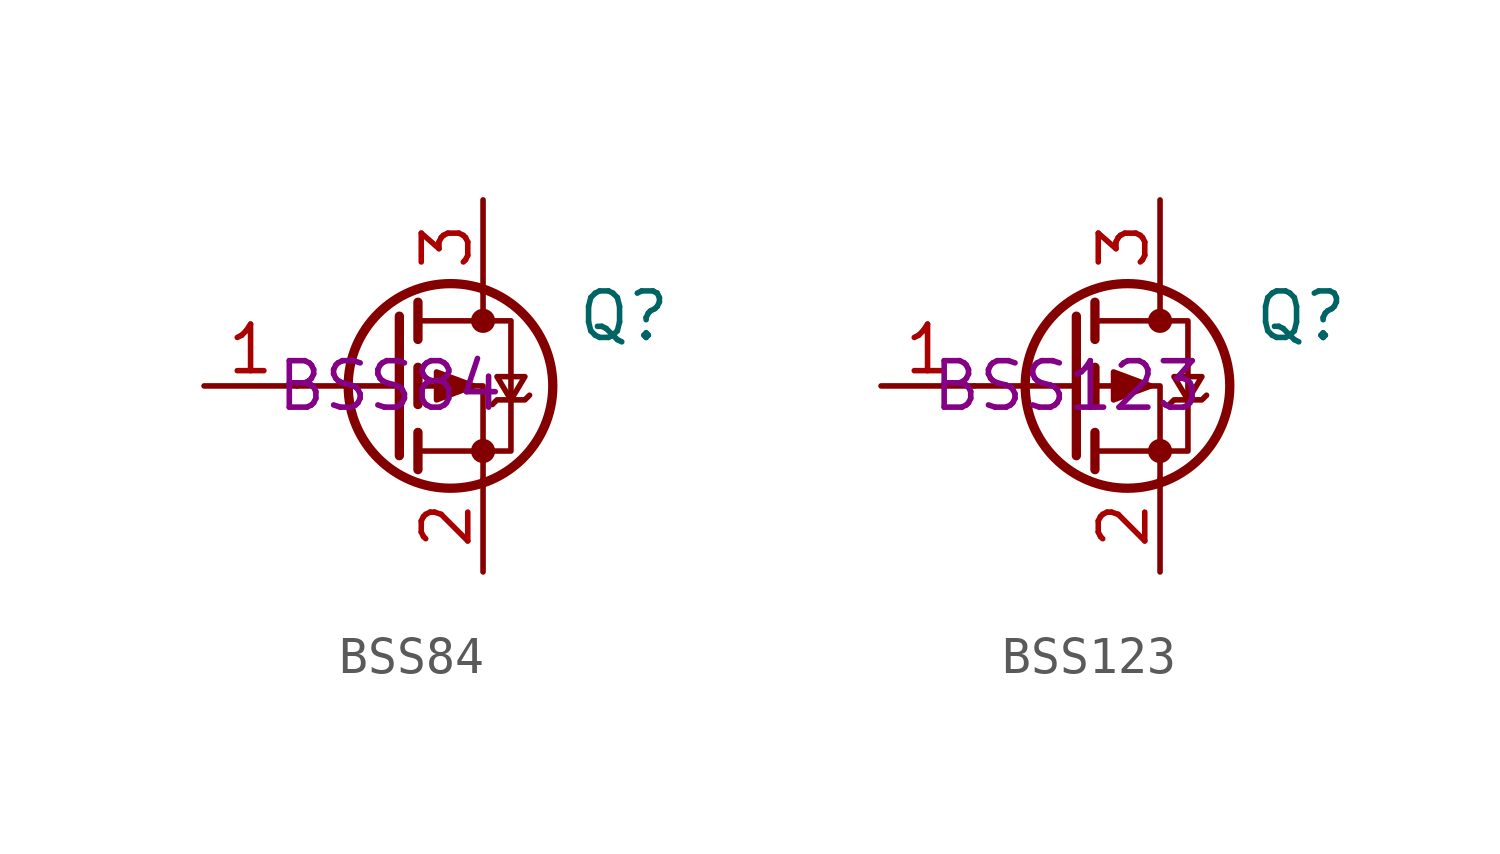
<source format=kicad_sym>
(kicad_symbol_lib
  (version 20220914)
  (generator kicad_symbol_editor)
  (symbol "BSS84"
    (pin_names hide)
    (property "Reference" "Q"
      (at 5.08 1.905 0)
      (effects (font (size 1.27 1.27)) (justify left)))
    (property "Manufacturer p/n" "BSS84"
      (at 0 0 0)
      (effects (font (size 1.27 1.27))))
    (symbol "BSS84_0_1"
      (polyline (pts (xy 0.254 0) (xy -2.54 0)) (stroke (width 0) (type default)) (fill (type none)))
      (polyline (pts (xy 0.254 1.905) (xy 0.254 -1.905)) (stroke (width 0.254) (type default)) (fill (type none)))
      (polyline (pts (xy 0.762 -1.27) (xy 0.762 -2.286)) (stroke (width 0.254) (type default)) (fill (type none)))
      (polyline (pts (xy 0.762 0.508) (xy 0.762 -0.508)) (stroke (width 0.254) (type default)) (fill (type none)))
      (polyline (pts (xy 0.762 2.286) (xy 0.762 1.27)) (stroke (width 0.254) (type default)) (fill (type none)))
      (polyline (pts (xy 2.54 2.54) (xy 2.54 1.778)) (stroke (width 0) (type default)) (fill (type none)))
      (polyline (pts (xy 2.54 -2.54) (xy 2.54 0) (xy 0.762 0)) (stroke (width 0) (type default)) (fill (type none)))
      (polyline (pts (xy 0.762 1.778) (xy 3.302 1.778) (xy 3.302 -1.778) (xy 0.762 -1.778)) (stroke (width 0) (type default)) (fill (type none)))
      (polyline (pts (xy 2.286 0) (xy 1.27 0.381) (xy 1.27 -0.381) (xy 2.286 0)) (stroke (width 0) (type default)) (fill (type outline)))
      (polyline (pts (xy 2.794 -0.508) (xy 2.921 -0.381) (xy 3.683 -0.381) (xy 3.81 -0.254)) (stroke (width 0) (type default)) (fill (type none)))
      (polyline (pts (xy 3.302 -0.381) (xy 2.921 0.254) (xy 3.683 0.254) (xy 3.302 -0.381)) (stroke (width 0) (type default)) (fill (type none)))
      (circle (center 1.651 0) (radius 2.794) (stroke (width 0.254) (type default)) (fill (type none)))
      (circle (center 2.54 -1.778) (radius 0.254) (stroke (width 0) (type default)) (fill (type outline)))
      (circle (center 2.54 1.778) (radius 0.254) (stroke (width 0) (type default)) (fill (type outline))))
    (symbol "BSS84_1_1"
      (pin input line (at -5.08 0 0) (length 2.54) (name "G" (effects (font (size 1.27 1.27)))) (number "1" (effects (font (size 1.27 1.27)))))
      (pin passive line (at 2.54 -5.08 90) (length 2.54) (name "S" (effects (font (size 1.27 1.27)))) (number "2" (effects (font (size 1.27 1.27)))))
      (pin passive line (at 2.54 5.08 270) (length 2.54) (name "D" (effects (font (size 1.27 1.27)))) (number "3" (effects (font (size 1.27 1.27)))))))
  (symbol "BSS123"
    (pin_names hide)
    (property "Reference" "Q"
      (at 5.08 1.905 0)
      (effects (font (size 1.27 1.27)) (justify left)))
    (property "Manufacturer p/n" "BSS123"
      (at 0 0 0)
      (effects (font (size 1.27 1.27))))
    (symbol "BSS123_0_1"
      (polyline (pts (xy 0.254 0) (xy -2.54 0)) (stroke (width 0) (type default)) (fill (type none)))
      (polyline (pts (xy 0.254 1.905) (xy 0.254 -1.905)) (stroke (width 0.254) (type default)) (fill (type none)))
      (polyline (pts (xy 0.762 -1.27) (xy 0.762 -2.286)) (stroke (width 0.254) (type default)) (fill (type none)))
      (polyline (pts (xy 0.762 0.508) (xy 0.762 -0.508)) (stroke (width 0.254) (type default)) (fill (type none)))
      (polyline (pts (xy 0.762 2.286) (xy 0.762 1.27)) (stroke (width 0.254) (type default)) (fill (type none)))
      (polyline (pts (xy 2.54 2.54) (xy 2.54 1.778)) (stroke (width 0) (type default)) (fill (type none)))
      (polyline (pts (xy 2.54 -2.54) (xy 2.54 0) (xy 0.762 0)) (stroke (width 0) (type default)) (fill (type none)))
      (polyline (pts (xy 0.762 1.778) (xy 3.302 1.778) (xy 3.302 -1.778) (xy 0.762 -1.778)) (stroke (width 0) (type default)) (fill (type none)))
      (polyline (pts (xy 2.286 0) (xy 1.27 0.381) (xy 1.27 -0.381) (xy 2.286 0)) (stroke (width 0) (type default)) (fill (type outline)))
      (polyline (pts (xy 2.794 -0.508) (xy 2.921 -0.381) (xy 3.683 -0.381) (xy 3.81 -0.254)) (stroke (width 0) (type default)) (fill (type none)))
      (polyline (pts (xy 3.302 -0.381) (xy 2.921 0.254) (xy 3.683 0.254) (xy 3.302 -0.381)) (stroke (width 0) (type default)) (fill (type none)))
      (circle (center 1.651 0) (radius 2.794) (stroke (width 0.254) (type default)) (fill (type none)))
      (circle (center 2.54 -1.778) (radius 0.254) (stroke (width 0) (type default)) (fill (type outline)))
      (circle (center 2.54 1.778) (radius 0.254) (stroke (width 0) (type default)) (fill (type outline))))
    (symbol "BSS123_1_1"
      (pin input line (at -5.08 0 0) (length 2.54) (name "G" (effects (font (size 1.27 1.27)))) (number "1" (effects (font (size 1.27 1.27)))))
      (pin passive line (at 2.54 -5.08 90) (length 2.54) (name "S" (effects (font (size 1.27 1.27)))) (number "2" (effects (font (size 1.27 1.27)))))
      (pin passive line (at 2.54 5.08 270) (length 2.54) (name "D" (effects (font (size 1.27 1.27)))) (number "3" (effects (font (size 1.27 1.27))))))))
</source>
